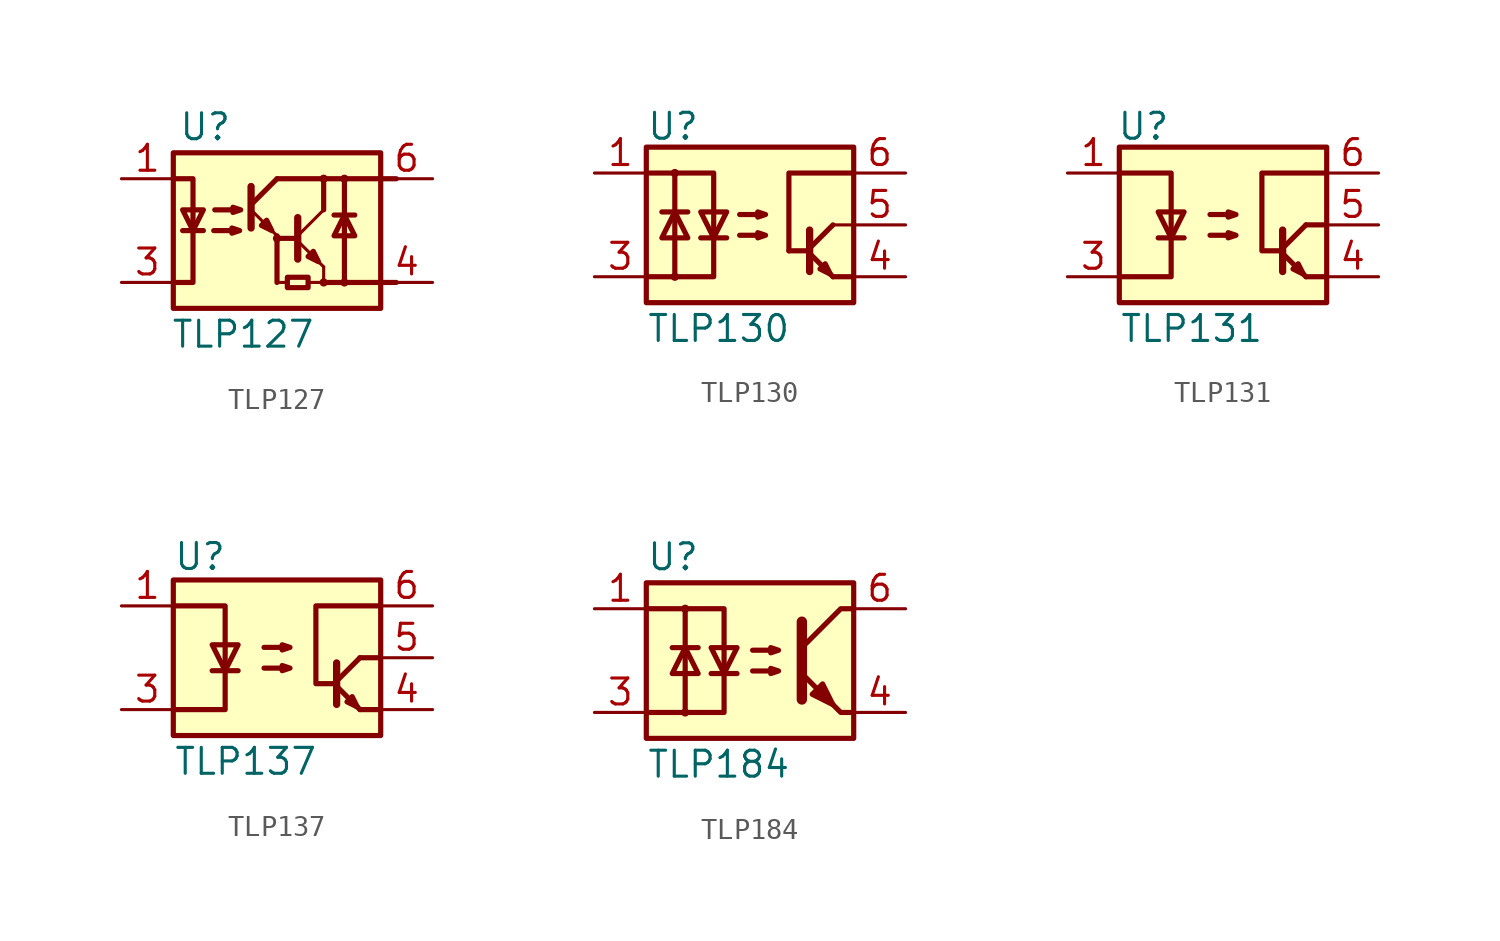
<source format=kicad_sym>
(kicad_symbol_lib
  (version 20241209)
  (generator "kicad_symbol_editor")
  (generator_version "9.0")
  (symbol "TLP127"
    (pin_names
      (offset 1.016))
    (property "Reference" "U"
      (at -4.826 5.08 0)
      (effects (font (size 1.27 1.27)) (justify left)))
    (property "Value" "TLP127"
      (at -5.207 -5.08 0)
      (effects (font (size 1.27 1.27)) (justify left)))
    (symbol "TLP127_0_1"
      (rectangle (start -5.08 3.81) (end 5.08 -3.81) (stroke (width 0.254) (type default)) (fill (type background)))
      (polyline (pts (xy -5.08 2.54) (xy -4.115 2.54) (xy -4.115 -2.54) (xy -5.08 -2.54)) (stroke (width 0.254) (type default)) (fill (type none)))
      (polyline (pts (xy -4.623 0) (xy -3.607 0)) (stroke (width 0.254) (type default)) (fill (type none)))
      (polyline (pts (xy -4.115 0) (xy -3.607 1.016) (xy -4.623 1.016) (xy -4.115 0)) (stroke (width 0.254) (type default)) (fill (type none)))
      (polyline (pts (xy -3.099 0) (xy -1.829 0) (xy -2.21 -0.127) (xy -2.21 0.127) (xy -1.829 0)) (stroke (width 0.254) (type default)) (fill (type none)))
      (polyline (pts (xy -3.048 1.016) (xy -1.778 1.016) (xy -2.159 0.889) (xy -2.159 1.143) (xy -1.778 1.016)) (stroke (width 0.254) (type default)) (fill (type none)))
      (polyline (pts (xy -1.27 2.159) (xy -1.27 0.127)) (stroke (width 0.356) (type default)) (fill (type none)))
      (polyline (pts (xy -1.27 1.27) (xy 0 2.54)) (stroke (width 0.254) (type default)) (fill (type none)))
      (polyline (pts (xy -1.27 1.016) (xy 0 -0.254)) (stroke (width 0) (type default)) (fill (type none)))
      (polyline (pts (xy -0.254 0) (xy -0.508 0.508) (xy -0.762 0.254) (xy -0.254 0)) (stroke (width 0.254) (type default)) (fill (type none)))
      (polyline (pts (xy 0 2.54) (xy 5.842 2.54)) (stroke (width 0.254) (type default)) (fill (type none)))
      (rectangle (start 0 -0.254) (end 0 -2.54) (stroke (width 0.254) (type default)) (fill (type none)))
      (circle (center 0 -0.381) (radius 0.127) (stroke (width 0) (type default)) (fill (type none)))
      (rectangle (start 0 -2.54) (end 0.508 -2.54) (stroke (width 0) (type default)) (fill (type none)))
      (rectangle (start 0.508 -2.286) (end 1.524 -2.794) (stroke (width 0.254) (type default)) (fill (type none)))
      (polyline (pts (xy 1.016 0.635) (xy 1.016 -1.397) (xy 1.016 -1.397)) (stroke (width 0.356) (type default)) (fill (type none)))
      (polyline (pts (xy 1.016 -0.254) (xy 2.286 1.016)) (stroke (width 0) (type default)) (fill (type none)))
      (polyline (pts (xy 1.016 -0.381) (xy 0 -0.381)) (stroke (width 0.254) (type default)) (fill (type none)))
      (polyline (pts (xy 1.016 -0.508) (xy 2.286 -1.778)) (stroke (width 0) (type default)) (fill (type none)))
      (rectangle (start 1.524 -2.54) (end 2.286 -2.54) (stroke (width 0) (type default)) (fill (type none)))
      (polyline (pts (xy 2.032 -1.524) (xy 1.778 -1.016) (xy 1.524 -1.27) (xy 2.032 -1.524)) (stroke (width 0.254) (type default)) (fill (type none)))
      (circle (center 2.286 2.54) (radius 0.127) (stroke (width 0) (type default)) (fill (type none)))
      (polyline (pts (xy 2.286 1.016) (xy 2.286 2.54)) (stroke (width 0.254) (type default)) (fill (type none)))
      (polyline (pts (xy 2.286 -1.778) (xy 2.286 -2.54)) (stroke (width 0) (type default)) (fill (type none)))
      (polyline (pts (xy 2.286 -2.54) (xy 5.842 -2.54)) (stroke (width 0.254) (type default)) (fill (type none)))
      (circle (center 2.286 -2.54) (radius 0.127) (stroke (width 0) (type default)) (fill (type none)))
      (polyline (pts (xy 2.794 0.762) (xy 3.81 0.762)) (stroke (width 0.254) (type default)) (fill (type none)))
      (circle (center 3.302 2.54) (radius 0.127) (stroke (width 0) (type default)) (fill (type none)))
      (polyline (pts (xy 3.302 0.762) (xy 2.794 -0.254) (xy 3.81 -0.254) (xy 3.302 0.762)) (stroke (width 0.254) (type default)) (fill (type none)))
      (polyline (pts (xy 3.302 0.635) (xy 3.302 2.54)) (stroke (width 0) (type default)) (fill (type none)))
      (polyline (pts (xy 3.302 -2.54) (xy 3.302 2.54)) (stroke (width 0.254) (type default)) (fill (type none)))
      (circle (center 3.302 -2.54) (radius 0.127) (stroke (width 0) (type default)) (fill (type none))))
    (symbol "TLP127_1_1"
      (pin passive line (at -7.62 2.54 0) (length 2.54) (name "~" (effects (font (size 1.27 1.27)))) (number "1" (effects (font (size 1.27 1.27)))))
      (pin passive line (at -7.62 -2.54 0) (length 2.54) (name "~" (effects (font (size 1.27 1.27)))) (number "3" (effects (font (size 1.27 1.27)))))
      (pin open_collector line (at 7.62 2.54 180) (length 2.54) (name "~" (effects (font (size 1.27 1.27)))) (number "6" (effects (font (size 1.27 1.27)))))
      (pin passive line (at 7.62 -2.54 180) (length 2.54) (name "~" (effects (font (size 1.27 1.27)))) (number "4" (effects (font (size 1.27 1.27)))))))
  (symbol "TLP130"
    (pin_names
      (offset 1.016))
    (property "Reference" "U"
      (at -5.08 4.826 0)
      (effects (font (size 1.27 1.27)) (justify left)))
    (property "Value" "TLP130"
      (at -5.08 -5.08 0)
      (effects (font (size 1.27 1.27)) (justify left)))
    (symbol "TLP130_0_1"
      (rectangle (start -5.08 3.81) (end 5.08 -3.81) (stroke (width 0.254) (type default)) (fill (type background)))
      (polyline (pts (xy -5.08 -2.54) (xy -1.778 -2.54) (xy -1.778 2.54) (xy -5.08 2.54)) (stroke (width 0.254) (type default)) (fill (type none)))
      (circle (center -3.683 2.54) (radius 0.127) (stroke (width 0) (type default)) (fill (type none)))
      (polyline (pts (xy -3.683 2.54) (xy -3.683 -2.54)) (stroke (width 0.254) (type default)) (fill (type none)))
      (polyline (pts (xy -3.683 0.635) (xy -3.048 -0.635) (xy -4.318 -0.635) (xy -3.683 0.635)) (stroke (width 0.254) (type default)) (fill (type none)))
      (circle (center -3.683 -2.54) (radius 0.127) (stroke (width 0) (type default)) (fill (type none)))
      (polyline (pts (xy -3.048 0.635) (xy -4.318 0.635)) (stroke (width 0.254) (type default)) (fill (type none)))
      (polyline (pts (xy -2.413 -0.635) (xy -1.143 -0.635)) (stroke (width 0.254) (type default)) (fill (type none)))
      (polyline (pts (xy -1.778 -0.635) (xy -2.413 0.635) (xy -1.143 0.635) (xy -1.778 -0.635)) (stroke (width 0.254) (type default)) (fill (type none)))
      (polyline (pts (xy -0.508 0.508) (xy 0.762 0.508) (xy 0.381 0.381) (xy 0.381 0.635) (xy 0.762 0.508)) (stroke (width 0.254) (type default)) (fill (type none)))
      (polyline (pts (xy -0.508 -0.508) (xy 0.762 -0.508) (xy 0.381 -0.635) (xy 0.381 -0.381) (xy 0.762 -0.508)) (stroke (width 0.254) (type default)) (fill (type none)))
      (polyline (pts (xy 1.905 -1.27) (xy 1.905 2.54) (xy 5.08 2.54)) (stroke (width 0.254) (type default)) (fill (type none)))
      (polyline (pts (xy 2.921 -0.254) (xy 2.921 -2.286) (xy 2.921 -2.286)) (stroke (width 0.356) (type default)) (fill (type none)))
      (polyline (pts (xy 2.921 -1.143) (xy 4.064 0)) (stroke (width 0.254) (type default)) (fill (type none)))
      (polyline (pts (xy 2.921 -1.27) (xy 1.905 -1.27)) (stroke (width 0.254) (type default)) (fill (type none)))
      (polyline (pts (xy 2.921 -1.397) (xy 4.064 -2.54)) (stroke (width 0.254) (type default)) (fill (type none)))
      (polyline (pts (xy 3.937 -2.413) (xy 3.683 -1.905) (xy 3.429 -2.159) (xy 3.937 -2.413)) (stroke (width 0.254) (type default)) (fill (type none)))
      (polyline (pts (xy 4.064 -2.54) (xy 5.08 -2.54)) (stroke (width 0.254) (type default)) (fill (type none)))
      (polyline (pts (xy 5.08 0) (xy 4.064 0)) (stroke (width 0) (type default)) (fill (type none))))
    (symbol "TLP130_1_1"
      (pin passive line (at -7.62 2.54 0) (length 2.54) (name "~" (effects (font (size 1.27 1.27)))) (number "1" (effects (font (size 1.27 1.27)))))
      (pin passive line (at -7.62 -2.54 0) (length 2.54) (name "~" (effects (font (size 1.27 1.27)))) (number "3" (effects (font (size 1.27 1.27)))))
      (pin passive line (at 7.62 2.54 180) (length 2.54) (name "~" (effects (font (size 1.27 1.27)))) (number "6" (effects (font (size 1.27 1.27)))))
      (pin open_collector line (at 7.62 0 180) (length 2.54) (name "~" (effects (font (size 1.27 1.27)))) (number "5" (effects (font (size 1.27 1.27)))))
      (pin passive line (at 7.62 -2.54 180) (length 2.54) (name "~" (effects (font (size 1.27 1.27)))) (number "4" (effects (font (size 1.27 1.27)))))))
  (symbol "TLP131"
    (pin_names
      (offset 1.016))
    (property "Reference" "U"
      (at -5.207 4.826 0)
      (effects (font (size 1.27 1.27)) (justify left)))
    (property "Value" "TLP131"
      (at -5.08 -5.08 0)
      (effects (font (size 1.27 1.27)) (justify left)))
    (symbol "TLP131_0_1"
      (rectangle (start -5.08 3.81) (end 5.08 -3.81) (stroke (width 0.254) (type default)) (fill (type background)))
      (polyline (pts (xy -5.08 -2.54) (xy -2.54 -2.54) (xy -2.54 2.54) (xy -5.08 2.54)) (stroke (width 0.254) (type default)) (fill (type none)))
      (polyline (pts (xy -3.175 -0.635) (xy -1.905 -0.635)) (stroke (width 0.254) (type default)) (fill (type none)))
      (polyline (pts (xy -2.54 -0.635) (xy -3.175 0.635) (xy -1.905 0.635) (xy -2.54 -0.635)) (stroke (width 0.254) (type default)) (fill (type none)))
      (polyline (pts (xy -0.635 0.508) (xy 0.635 0.508) (xy 0.254 0.381) (xy 0.254 0.635) (xy 0.635 0.508)) (stroke (width 0.254) (type default)) (fill (type none)))
      (polyline (pts (xy -0.635 -0.508) (xy 0.635 -0.508) (xy 0.254 -0.635) (xy 0.254 -0.381) (xy 0.635 -0.508)) (stroke (width 0.254) (type default)) (fill (type none)))
      (polyline (pts (xy 2.921 -0.254) (xy 2.921 -2.286) (xy 2.921 -2.286)) (stroke (width 0.356) (type default)) (fill (type none)))
      (polyline (pts (xy 2.921 -1.143) (xy 4.064 0)) (stroke (width 0.254) (type default)) (fill (type none)))
      (polyline (pts (xy 2.921 -1.27) (xy 1.905 -1.27) (xy 1.905 2.54) (xy 5.08 2.54)) (stroke (width 0.254) (type default)) (fill (type none)))
      (polyline (pts (xy 2.921 -1.397) (xy 4.064 -2.54)) (stroke (width 0.254) (type default)) (fill (type none)))
      (polyline (pts (xy 3.937 -2.413) (xy 3.683 -1.905) (xy 3.429 -2.159) (xy 3.937 -2.413)) (stroke (width 0.254) (type default)) (fill (type none)))
      (polyline (pts (xy 4.064 -2.54) (xy 5.08 -2.54)) (stroke (width 0.254) (type default)) (fill (type none)))
      (polyline (pts (xy 5.08 0) (xy 4.064 0)) (stroke (width 0.254) (type default)) (fill (type none))))
    (symbol "TLP131_1_1"
      (pin passive line (at -7.62 2.54 0) (length 2.54) (name "~" (effects (font (size 1.27 1.27)))) (number "1" (effects (font (size 1.27 1.27)))))
      (pin passive line (at -7.62 -2.54 0) (length 2.54) (name "~" (effects (font (size 1.27 1.27)))) (number "3" (effects (font (size 1.27 1.27)))))
      (pin passive line (at 7.62 2.54 180) (length 2.54) (name "~" (effects (font (size 1.27 1.27)))) (number "6" (effects (font (size 1.27 1.27)))))
      (pin open_collector line (at 7.62 0 180) (length 2.54) (name "~" (effects (font (size 1.27 1.27)))) (number "5" (effects (font (size 1.27 1.27)))))
      (pin passive line (at 7.62 -2.54 180) (length 2.54) (name "~" (effects (font (size 1.27 1.27)))) (number "4" (effects (font (size 1.27 1.27)))))))
  (symbol "TLP137"
    (pin_names
      (offset 1.016))
    (property "Reference" "U"
      (at -5.08 4.953 0)
      (effects (font (size 1.27 1.27)) (justify left)))
    (property "Value" "TLP137"
      (at -5.08 -5.08 0)
      (effects (font (size 1.27 1.27)) (justify left)))
    (symbol "TLP137_0_1"
      (rectangle (start -5.08 3.81) (end 5.08 -3.81) (stroke (width 0.254) (type default)) (fill (type background)))
      (polyline (pts (xy -5.08 -2.54) (xy -2.54 -2.54) (xy -2.54 2.54) (xy -5.08 2.54)) (stroke (width 0.254) (type default)) (fill (type none)))
      (polyline (pts (xy -3.175 -0.635) (xy -1.905 -0.635)) (stroke (width 0.254) (type default)) (fill (type none)))
      (polyline (pts (xy -2.54 -0.635) (xy -3.175 0.635) (xy -1.905 0.635) (xy -2.54 -0.635)) (stroke (width 0.254) (type default)) (fill (type none)))
      (polyline (pts (xy -0.635 0.508) (xy 0.635 0.508) (xy 0.254 0.381) (xy 0.254 0.635) (xy 0.635 0.508)) (stroke (width 0.254) (type default)) (fill (type none)))
      (polyline (pts (xy -0.635 -0.508) (xy 0.635 -0.508) (xy 0.254 -0.635) (xy 0.254 -0.381) (xy 0.635 -0.508)) (stroke (width 0.254) (type default)) (fill (type none)))
      (polyline (pts (xy 2.921 -0.254) (xy 2.921 -2.286) (xy 2.921 -2.286)) (stroke (width 0.356) (type default)) (fill (type none)))
      (polyline (pts (xy 2.921 -1.143) (xy 4.064 0)) (stroke (width 0.254) (type default)) (fill (type none)))
      (polyline (pts (xy 2.921 -1.27) (xy 1.905 -1.27) (xy 1.905 2.54) (xy 5.08 2.54)) (stroke (width 0.254) (type default)) (fill (type none)))
      (polyline (pts (xy 2.921 -1.397) (xy 4.064 -2.54)) (stroke (width 0.254) (type default)) (fill (type none)))
      (polyline (pts (xy 3.937 -2.413) (xy 3.683 -1.905) (xy 3.429 -2.159) (xy 3.937 -2.413)) (stroke (width 0.254) (type default)) (fill (type none)))
      (polyline (pts (xy 4.064 -2.54) (xy 5.08 -2.54)) (stroke (width 0.254) (type default)) (fill (type none)))
      (polyline (pts (xy 5.08 0) (xy 4.064 0)) (stroke (width 0.254) (type default)) (fill (type none))))
    (symbol "TLP137_1_1"
      (pin passive line (at -7.62 2.54 0) (length 2.54) (name "~" (effects (font (size 1.27 1.27)))) (number "1" (effects (font (size 1.27 1.27)))))
      (pin passive line (at -7.62 -2.54 0) (length 2.54) (name "~" (effects (font (size 1.27 1.27)))) (number "3" (effects (font (size 1.27 1.27)))))
      (pin passive line (at 7.62 2.54 180) (length 2.54) (name "~" (effects (font (size 1.27 1.27)))) (number "6" (effects (font (size 1.27 1.27)))))
      (pin open_collector line (at 7.62 0 180) (length 2.54) (name "~" (effects (font (size 1.27 1.27)))) (number "5" (effects (font (size 1.27 1.27)))))
      (pin passive line (at 7.62 -2.54 180) (length 2.54) (name "~" (effects (font (size 1.27 1.27)))) (number "4" (effects (font (size 1.27 1.27)))))))
  (symbol "TLP184"
    (property "Reference" "U"
      (at -5.08 5.08 0)
      (effects (font (size 1.27 1.27)) (justify left)))
    (property "Value" "TLP184"
      (at -5.08 -5.08 0)
      (effects (font (size 1.27 1.27)) (justify left)))
    (symbol "TLP184_0_1"
      (rectangle (start -5.08 3.81) (end 5.08 -3.81) (stroke (width 0.254) (type default)) (fill (type background)))
      (polyline (pts (xy -5.08 2.54) (xy -3.175 2.54) (xy -3.175 -2.54) (xy -5.08 -2.54)) (stroke (width 0.254) (type default)) (fill (type none)))
      (polyline (pts (xy -3.81 0.635) (xy -2.54 0.635)) (stroke (width 0.254) (type default)) (fill (type none)))
      (circle (center -3.175 2.54) (radius 0.127) (stroke (width 0) (type default)) (fill (type none)))
      (polyline (pts (xy -3.175 0.635) (xy -3.81 -0.635) (xy -2.54 -0.635) (xy -3.175 0.635)) (stroke (width 0.254) (type default)) (fill (type none)))
      (circle (center -3.175 -2.54) (radius 0.127) (stroke (width 0) (type default)) (fill (type none)))
      (polyline (pts (xy -3.175 -2.54) (xy -1.27 -2.54) (xy -1.27 2.54) (xy -3.175 2.54)) (stroke (width 0.254) (type default)) (fill (type none)))
      (polyline (pts (xy -1.905 -0.635) (xy -0.635 -0.635)) (stroke (width 0.254) (type default)) (fill (type none)))
      (polyline (pts (xy -1.27 -0.635) (xy -1.905 0.635) (xy -0.635 0.635) (xy -1.27 -0.635)) (stroke (width 0.254) (type default)) (fill (type none)))
      (polyline (pts (xy 0.127 0.508) (xy 1.397 0.508) (xy 1.016 0.381) (xy 1.016 0.635) (xy 1.397 0.508)) (stroke (width 0.254) (type default)) (fill (type none)))
      (polyline (pts (xy 0.127 -0.508) (xy 1.397 -0.508) (xy 1.016 -0.635) (xy 1.016 -0.381) (xy 1.397 -0.508)) (stroke (width 0.254) (type default)) (fill (type none)))
      (polyline (pts (xy 2.54 1.905) (xy 2.54 -1.905) (xy 2.54 -1.905)) (stroke (width 0.508) (type default)) (fill (type none)))
      (polyline (pts (xy 3.048 -1.651) (xy 3.556 -1.143) (xy 4.064 -2.159) (xy 3.048 -1.651) (xy 3.048 -1.651)) (stroke (width 0.254) (type default)) (fill (type outline)))
      (polyline (pts (xy 5.08 2.54) (xy 4.445 2.54) (xy 2.54 0.635)) (stroke (width 0.254) (type default)) (fill (type none)))
      (polyline (pts (xy 5.08 -2.54) (xy 4.445 -2.54) (xy 2.54 -0.635)) (stroke (width 0.254) (type default)) (fill (type none))))
    (symbol "TLP184_1_1"
      (pin passive line (at -7.62 2.54 0) (length 2.54) (name "~" (effects (font (size 1.27 1.27)))) (number "1" (effects (font (size 1.27 1.27)))))
      (pin passive line (at -7.62 -2.54 0) (length 2.54) (name "~" (effects (font (size 1.27 1.27)))) (number "3" (effects (font (size 1.27 1.27)))))
      (pin passive line (at 7.62 2.54 180) (length 2.54) (name "~" (effects (font (size 1.27 1.27)))) (number "6" (effects (font (size 1.27 1.27)))))
      (pin passive line (at 7.62 -2.54 180) (length 2.54) (name "~" (effects (font (size 1.27 1.27)))) (number "4" (effects (font (size 1.27 1.27))))))))
</source>
